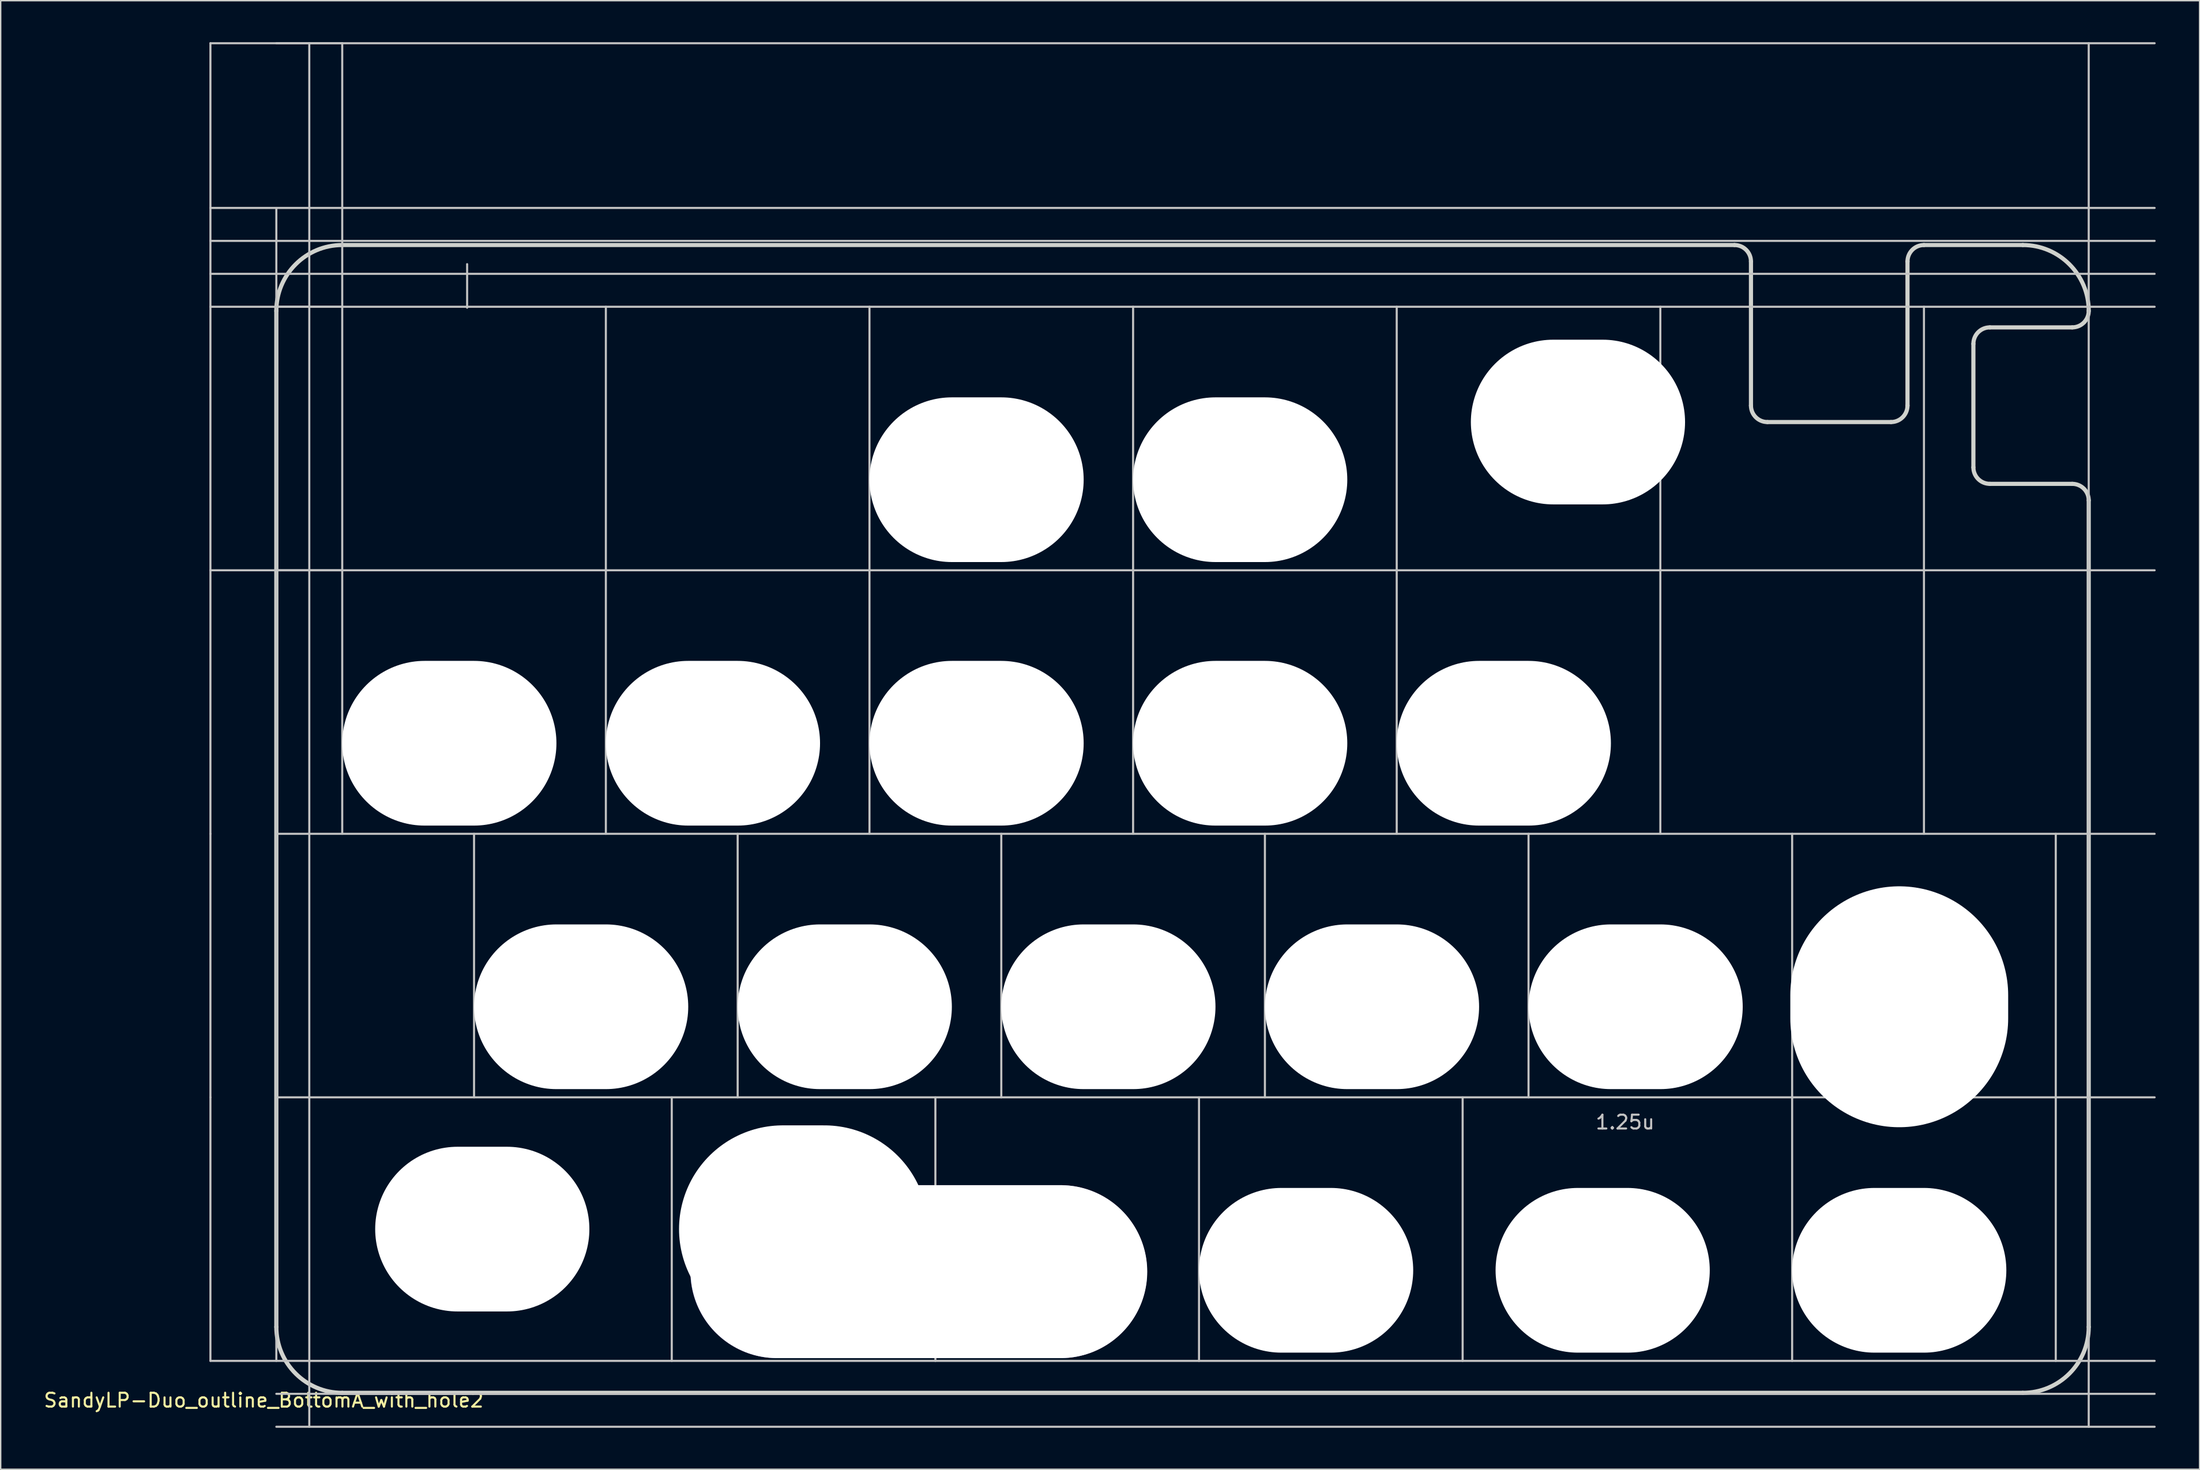
<source format=kicad_pcb>
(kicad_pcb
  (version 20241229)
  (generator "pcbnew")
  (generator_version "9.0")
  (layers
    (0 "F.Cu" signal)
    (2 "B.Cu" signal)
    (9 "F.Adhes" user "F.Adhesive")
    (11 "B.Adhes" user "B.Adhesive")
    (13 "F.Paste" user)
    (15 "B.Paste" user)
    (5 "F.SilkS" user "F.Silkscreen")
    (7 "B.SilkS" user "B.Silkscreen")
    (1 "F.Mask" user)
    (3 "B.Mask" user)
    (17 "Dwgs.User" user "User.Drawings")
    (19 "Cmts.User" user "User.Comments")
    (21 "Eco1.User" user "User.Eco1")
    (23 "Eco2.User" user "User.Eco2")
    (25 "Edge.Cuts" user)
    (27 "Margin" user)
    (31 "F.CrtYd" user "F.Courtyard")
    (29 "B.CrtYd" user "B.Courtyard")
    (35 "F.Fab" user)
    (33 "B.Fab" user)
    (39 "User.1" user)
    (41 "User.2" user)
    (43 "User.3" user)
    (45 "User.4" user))
  (footprint "SandyLP-Duo_outline_BottomA_with_hole2"
    (layer "F.Cu")
    (at 152.65 66.75)
    (property "Reference" "SandyLP-Duo_outline_BottomA_with_hole2" (at -136.644 31.425 0) (layer "F.SilkS") (effects (font (size 1 1) (thickness 0.15))))
    (attr through_hole)
    (fp_line (start -140.494 -66.675) (end -130.969 -66.675) (stroke (width 0.15) (type solid)) (layer "Dwgs.User"))
    (fp_line (start -140.494 -47.625) (end -140.494 -66.675) (stroke (width 0.15) (type solid)) (layer "Dwgs.User"))
    (fp_line (start -140.494 -47.625) (end -130.969 -47.625) (stroke (width 0.15) (type solid)) (layer "Dwgs.User"))
    (fp_line (start -140.494 -28.575) (end -140.494 -47.625) (stroke (width 0.15) (type solid)) (layer "Dwgs.User"))
    (fp_line (start -140.494 -28.575) (end -130.969 -28.575) (stroke (width 0.15) (type solid)) (layer "Dwgs.User"))
    (fp_line (start -140.494 -9.525) (end -140.494 -28.575) (stroke (width 0.15) (type solid)) (layer "Dwgs.User"))
    (fp_line (start -140.494 9.525) (end -140.494 -9.525) (stroke (width 0.15) (type solid)) (layer "Dwgs.User"))
    (fp_line (start -140.494 28.575) (end -140.494 9.525) (stroke (width 0.15) (type solid)) (layer "Dwgs.User"))
    (fp_line (start -135.731 28.575) (end -135.731 -54.769) (stroke (width 0.15) (type solid)) (layer "Dwgs.User"))
    (fp_line (start -133.35 33.337) (end -133.35 -66.675) (stroke (width 0.15) (type solid)) (layer "Dwgs.User"))
    (fp_line (start -130.969 -47.625) (end -130.969 -66.675) (stroke (width 0.15) (type solid)) (layer "Dwgs.User"))
    (fp_line (start -130.969 -28.575) (end -130.969 -47.625) (stroke (width 0.15) (type solid)) (layer "Dwgs.User"))
    (fp_line (start -130.969 -9.525) (end -130.969 -28.575) (stroke (width 0.15) (type solid)) (layer "Dwgs.User"))
    (fp_line (start -121.944 -50.706) (end -121.944 -47.556) (stroke (width 0.15) (type solid)) (layer "Dwgs.User"))
    (fp_line (start -121.444 9.525) (end -121.444 -9.525) (stroke (width 0.15) (type solid)) (layer "Dwgs.User"))
    (fp_line (start -111.919 -28.575) (end -111.919 -47.625) (stroke (width 0.15) (type solid)) (layer "Dwgs.User"))
    (fp_line (start -111.919 -9.525) (end -111.919 -28.575) (stroke (width 0.15) (type solid)) (layer "Dwgs.User"))
    (fp_line (start -107.156 28.575) (end -107.156 9.525) (stroke (width 0.15) (type solid)) (layer "Dwgs.User"))
    (fp_line (start -102.394 9.525) (end -102.394 -9.525) (stroke (width 0.15) (type solid)) (layer "Dwgs.User"))
    (fp_line (start -92.869 -28.575) (end -92.869 -47.625) (stroke (width 0.15) (type solid)) (layer "Dwgs.User"))
    (fp_line (start -92.869 -9.525) (end -92.869 -28.575) (stroke (width 0.15) (type solid)) (layer "Dwgs.User"))
    (fp_line (start -88.106 28.575) (end -88.106 9.525) (stroke (width 0.15) (type solid)) (layer "Dwgs.User"))
    (fp_line (start -83.344 9.525) (end -83.344 -9.525) (stroke (width 0.15) (type solid)) (layer "Dwgs.User"))
    (fp_line (start -73.819 -28.575) (end -73.819 -47.625) (stroke (width 0.15) (type solid)) (layer "Dwgs.User"))
    (fp_line (start -73.819 -9.525) (end -73.819 -28.575) (stroke (width 0.15) (type solid)) (layer "Dwgs.User"))
    (fp_line (start -69.056 28.575) (end -69.056 9.525) (stroke (width 0.15) (type solid)) (layer "Dwgs.User"))
    (fp_line (start -64.294 9.525) (end -64.294 -9.525) (stroke (width 0.15) (type solid)) (layer "Dwgs.User"))
    (fp_line (start -54.769 -28.575) (end -54.769 -47.625) (stroke (width 0.15) (type solid)) (layer "Dwgs.User"))
    (fp_line (start -54.769 -9.525) (end -54.769 -28.575) (stroke (width 0.15) (type solid)) (layer "Dwgs.User"))
    (fp_line (start -50.006 28.575) (end -50.006 9.525) (stroke (width 0.15) (type solid)) (layer "Dwgs.User"))
    (fp_line (start -45.244 9.525) (end -45.244 -9.525) (stroke (width 0.15) (type solid)) (layer "Dwgs.User"))
    (fp_line (start -35.719 -28.575) (end -35.719 -47.625) (stroke (width 0.15) (type solid)) (layer "Dwgs.User"))
    (fp_line (start -35.719 -9.525) (end -35.719 -28.575) (stroke (width 0.15) (type solid)) (layer "Dwgs.User"))
    (fp_line (start -26.194 9.525) (end -26.194 -9.525) (stroke (width 0.15) (type solid)) (layer "Dwgs.User"))
    (fp_line (start -26.194 28.575) (end -26.194 9.525) (stroke (width 0.15) (type solid)) (layer "Dwgs.User"))
    (fp_line (start -16.669 -28.575) (end -16.669 -47.625) (stroke (width 0.15) (type solid)) (layer "Dwgs.User"))
    (fp_line (start -16.669 -9.525) (end -16.669 -28.575) (stroke (width 0.15) (type solid)) (layer "Dwgs.User"))
    (fp_line (start -7.144 9.525) (end -7.144 -9.525) (stroke (width 0.15) (type solid)) (layer "Dwgs.User"))
    (fp_line (start -7.144 28.575) (end -7.144 9.525) (stroke (width 0.15) (type solid)) (layer "Dwgs.User"))
    (fp_line (start -4.763 33.337) (end -4.763 -66.675) (stroke (width 0.15) (type solid)) (layer "Dwgs.User"))
    (fp_line (start 0 -66.675) (end -135.731 -66.675) (stroke (width 0.15) (type solid)) (layer "Dwgs.User"))
    (fp_line (start 0 -54.769) (end -140.494 -54.769) (stroke (width 0.15) (type solid)) (layer "Dwgs.User"))
    (fp_line (start 0 -52.388) (end -140.494 -52.388) (stroke (width 0.15) (type solid)) (layer "Dwgs.User"))
    (fp_line (start 0 -50.006) (end -140.494 -50.006) (stroke (width 0.15) (type solid)) (layer "Dwgs.User"))
    (fp_line (start 0 -47.625) (end -135.731 -47.625) (stroke (width 0.15) (type solid)) (layer "Dwgs.User"))
    (fp_line (start 0 -28.575) (end -135.731 -28.575) (stroke (width 0.15) (type solid)) (layer "Dwgs.User"))
    (fp_line (start 0 -9.525) (end -135.731 -9.525) (stroke (width 0.15) (type solid)) (layer "Dwgs.User"))
    (fp_line (start 0 9.525) (end -135.731 9.525) (stroke (width 0.15) (type solid)) (layer "Dwgs.User"))
    (fp_line (start 0 28.575) (end -140.494 28.575) (stroke (width 0.15) (type solid)) (layer "Dwgs.User"))
    (fp_line (start 0 30.956) (end -135.731 30.956) (stroke (width 0.15) (type solid)) (layer "Dwgs.User"))
    (fp_line (start 0 33.337) (end -135.731 33.337) (stroke (width 0.15) (type solid)) (layer "Dwgs.User"))
    (fp_line (start -135.731 26.123) (end -135.731 -47.325) (stroke (width 0.3) (type solid)) (layer "Edge.Cuts"))
    (fp_line (start -30.361 -52.088) (end -130.969 -52.088) (stroke (width 0.3) (type solid)) (layer "Edge.Cuts"))
    (fp_line (start -29.17 -40.481) (end -29.17 -50.897) (stroke (width 0.3) (type default)) (layer "Edge.Cuts"))
    (fp_line (start -19.05 -39.291) (end -27.98 -39.291) (stroke (width 0.3) (type default)) (layer "Edge.Cuts"))
    (fp_line (start -17.859 -50.897) (end -17.859 -40.481) (stroke (width 0.3) (type default)) (layer "Edge.Cuts"))
    (fp_line (start -13.097 -36.014) (end -13.097 -44.944) (stroke (width 0.3) (type default)) (layer "Edge.Cuts"))
    (fp_line (start -11.906 -46.134) (end -5.953 -46.134) (stroke (width 0.3) (type default)) (layer "Edge.Cuts"))
    (fp_line (start -9.525 -52.088) (end -16.669 -52.088) (stroke (width 0.3) (type solid)) (layer "Edge.Cuts"))
    (fp_line (start -9.525 30.886) (end -130.969 30.886) (stroke (width 0.3) (type solid)) (layer "Edge.Cuts"))
    (fp_line (start -5.953 -34.823) (end -11.906 -34.823) (stroke (width 0.3) (type default)) (layer "Edge.Cuts"))
    (fp_line (start -4.763 26.123) (end -4.763 -33.633) (stroke (width 0.3) (type solid)) (layer "Edge.Cuts"))
    (fp_arc (start -135.731364 -47.32504) (mid -134.33646 -50.692636) (end -130.968864 -52.08754) (stroke (width 0.3) (type default)) (layer "Edge.Cuts"))
    (fp_arc (start -130.968864 30.885971) (mid -134.33646 29.491067) (end -135.731364 26.123471) (stroke (width 0.3) (type default)) (layer "Edge.Cuts"))
    (fp_arc (start -30.360962 -52.08754) (mid -29.519063 -51.738814) (end -29.170337 -50.896915) (stroke (width 0.3) (type default)) (layer "Edge.Cuts"))
    (fp_arc (start -27.979712 -39.290625) (mid -28.821611 -39.639351) (end -29.170337 -40.48125) (stroke (width 0.3) (type default)) (layer "Edge.Cuts"))
    (fp_arc (start -17.859375 -50.896915) (mid -17.510649 -51.738814) (end -16.66875 -52.08754) (stroke (width 0.3) (type default)) (layer "Edge.Cuts"))
    (fp_arc (start -17.859375 -40.48125) (mid -18.208101 -39.639351) (end -19.05 -39.290625) (stroke (width 0.3) (type default)) (layer "Edge.Cuts"))
    (fp_arc (start -13.096885 -44.94379) (mid -12.748159 -45.785689) (end -11.90626 -46.134415) (stroke (width 0.3) (type default)) (layer "Edge.Cuts"))
    (fp_arc (start -11.90626 -34.823453) (mid -12.748159 -35.172179) (end -13.096885 -36.014078) (stroke (width 0.3) (type default)) (layer "Edge.Cuts"))
    (fp_arc (start -9.525004 -52.08754) (mid -6.15741 -50.692634) (end -4.762504 -47.32504) (stroke (width 0.3) (type default)) (layer "Edge.Cuts"))
    (fp_arc (start -5.953129 -34.823453) (mid -5.11123 -34.474727) (end -4.762504 -33.632828) (stroke (width 0.3) (type default)) (layer "Edge.Cuts"))
    (fp_arc (start -4.762504 -47.32504) (mid -5.11123 -46.483141) (end -5.953129 -46.134415) (stroke (width 0.3) (type default)) (layer "Edge.Cuts"))
    (fp_arc (start -4.762504 26.123471) (mid -6.157413 29.491062) (end -9.525004 30.885971) (stroke (width 0.3) (type default)) (layer "Edge.Cuts"))
    (fp_text user "1.25u" (at -40.481 11.906 0) (unlocked yes) (layer "Dwgs.User") (effects (font (size 1 1) (thickness 0.15)) (justify left bottom)))
    (pad "" np_thru_hole oval (at -123.23 -16.073) (size 15.478 11.906) (drill oval 15.478 11.906) (layers "*.Cu" "*.Mask"))
    (pad "" np_thru_hole oval (at -120.849 19.05) (size 15.478 11.906) (drill oval 15.478 11.906) (layers "*.Cu" "*.Mask"))
    (pad "" np_thru_hole oval (at -113.705 2.977) (size 15.478 11.906) (drill oval 15.478 11.906) (layers "*.Cu" "*.Mask"))
    (pad "" np_thru_hole oval (at -104.18 -16.073) (size 15.478 11.906) (drill oval 15.478 11.906) (layers "*.Cu" "*.Mask"))
    (pad "" np_thru_hole oval (at -97.631 19.05) (size 18 15) (drill oval 18 15) (layers "*.Cu" "*.Mask"))
    (pad "" np_thru_hole oval (at -94.655 2.977) (size 15.478 11.906) (drill oval 15.478 11.906) (layers "*.Cu" "*.Mask"))
    (pad "" np_thru_hole oval (at -89.297 22.125) (size 33 12.5) (drill oval 33 12.5 (offset -0.013 0)) (layers "*.Cu" "*.Mask"))
    (pad "" np_thru_hole oval (at -85.13 -35.123) (size 15.478 11.906) (drill oval 15.478 11.906) (layers "*.Cu" "*.Mask"))
    (pad "" np_thru_hole oval (at -85.13 -16.073) (size 15.478 11.906) (drill oval 15.478 11.906) (layers "*.Cu" "*.Mask"))
    (pad "" np_thru_hole oval (at -75.605 2.977) (size 15.478 11.906) (drill oval 15.478 11.906) (layers "*.Cu" "*.Mask"))
    (pad "" np_thru_hole oval (at -66.08 -35.123) (size 15.478 11.906) (drill oval 15.478 11.906) (layers "*.Cu" "*.Mask"))
    (pad "" np_thru_hole oval (at -66.08 -16.073) (size 15.478 11.906) (drill oval 15.478 11.906) (layers "*.Cu" "*.Mask"))
    (pad "" np_thru_hole oval (at -61.317 22.027) (size 15.478 11.906) (drill oval 15.478 11.906) (layers "*.Cu" "*.Mask"))
    (pad "" np_thru_hole oval (at -56.555 2.977) (size 15.478 11.906) (drill oval 15.478 11.906) (layers "*.Cu" "*.Mask"))
    (pad "" np_thru_hole oval (at -47.03 -16.073) (size 15.478 11.906) (drill oval 15.478 11.906) (layers "*.Cu" "*.Mask"))
    (pad "" np_thru_hole oval (at -41.672 -39.291) (size 15.478 11.906) (drill oval 15.478 11.906) (layers "*.Cu" "*.Mask"))
    (pad "" np_thru_hole oval (at -39.886 22.027) (size 15.478 11.906) (drill oval 15.478 11.906) (layers "*.Cu" "*.Mask"))
    (pad "" np_thru_hole oval (at -37.505 2.977) (size 15.478 11.906) (drill oval 15.478 11.906) (layers "*.Cu" "*.Mask"))
    (pad "" np_thru_hole oval (at -18.455 2.977) (size 15.743 17.415) (drill oval 15.743 17.415) (layers "*.Cu" "*.Mask"))
    (pad "" np_thru_hole oval (at -18.455 22.027) (size 15.478 11.906) (drill oval 15.478 11.906) (layers "*.Cu" "*.Mask")))
  (gr_rect
    (start -3 -3)
    (end 155.9 103.162)
    (stroke (width 0.1) (type default))
    (fill no)
    (layer "Edge.Cuts")))
</source>
